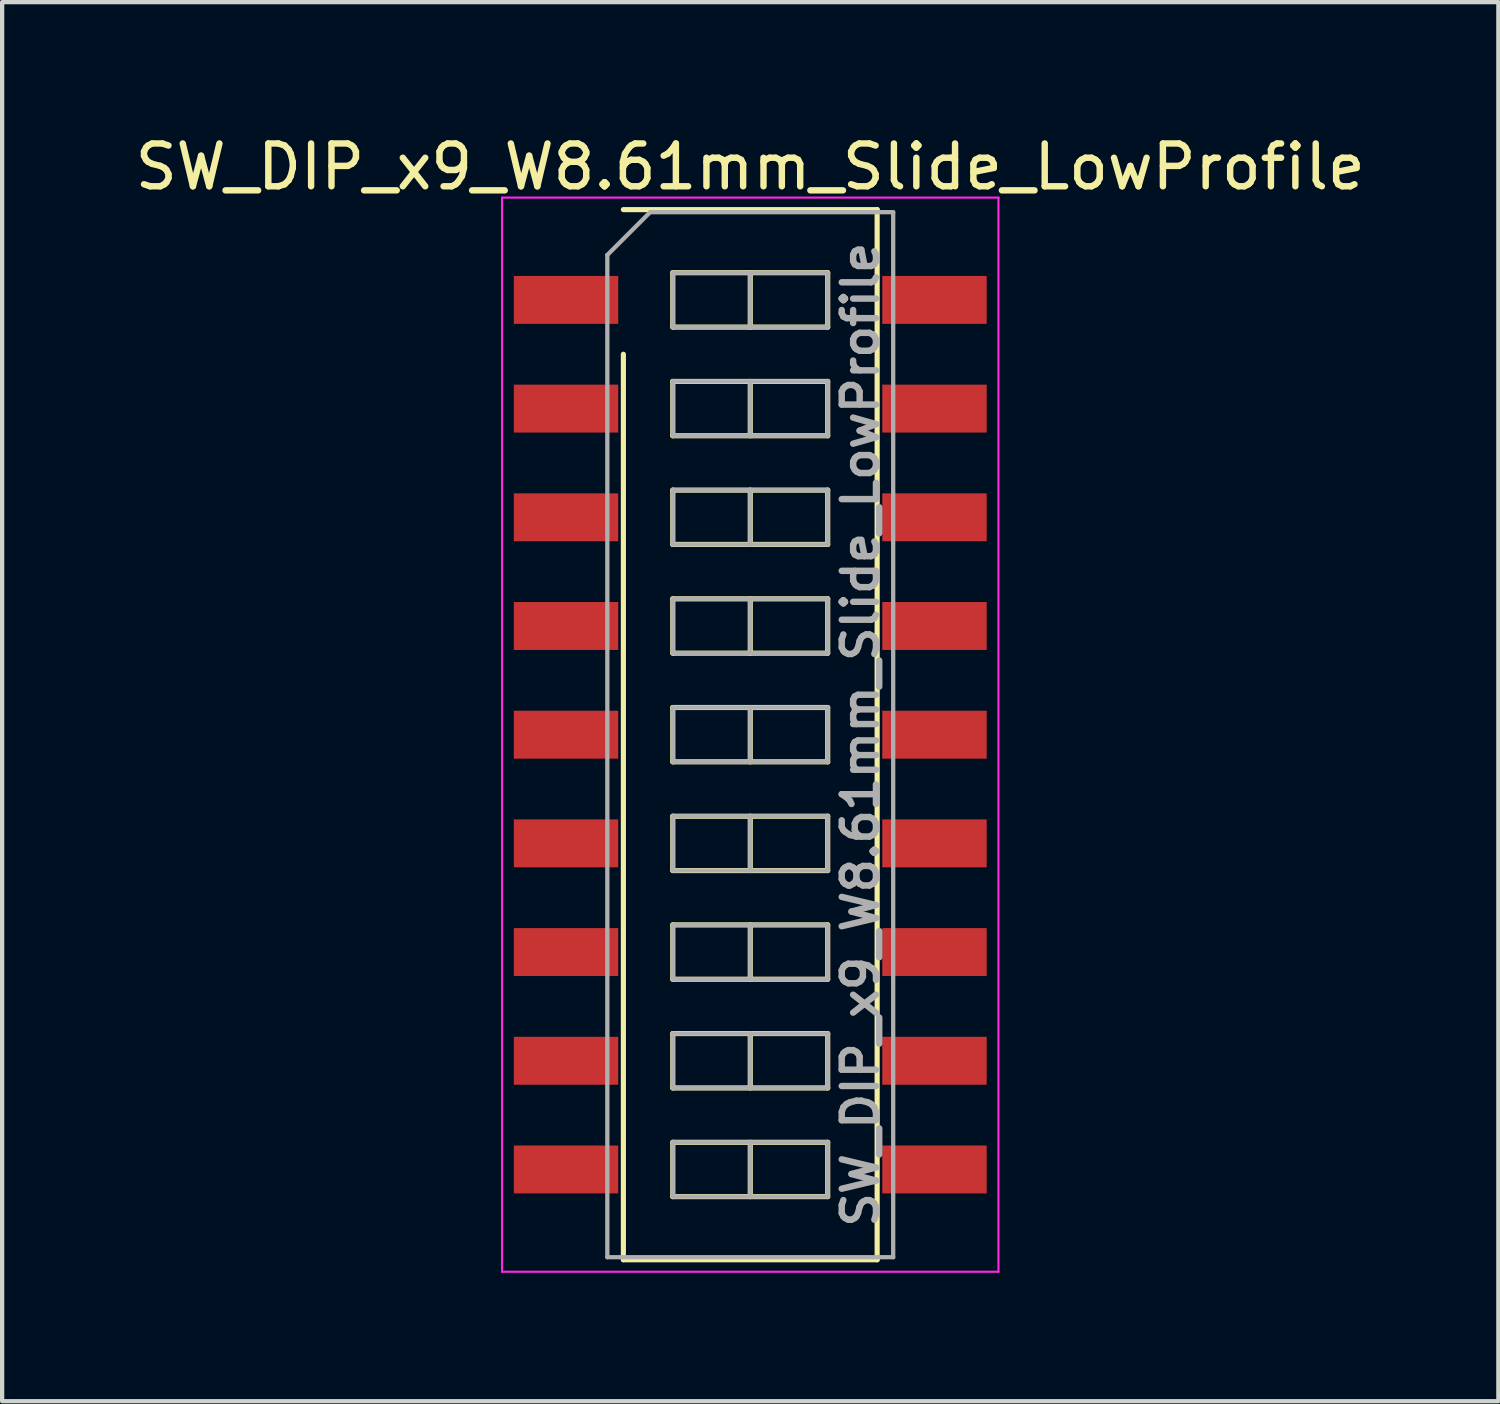
<source format=kicad_pcb>
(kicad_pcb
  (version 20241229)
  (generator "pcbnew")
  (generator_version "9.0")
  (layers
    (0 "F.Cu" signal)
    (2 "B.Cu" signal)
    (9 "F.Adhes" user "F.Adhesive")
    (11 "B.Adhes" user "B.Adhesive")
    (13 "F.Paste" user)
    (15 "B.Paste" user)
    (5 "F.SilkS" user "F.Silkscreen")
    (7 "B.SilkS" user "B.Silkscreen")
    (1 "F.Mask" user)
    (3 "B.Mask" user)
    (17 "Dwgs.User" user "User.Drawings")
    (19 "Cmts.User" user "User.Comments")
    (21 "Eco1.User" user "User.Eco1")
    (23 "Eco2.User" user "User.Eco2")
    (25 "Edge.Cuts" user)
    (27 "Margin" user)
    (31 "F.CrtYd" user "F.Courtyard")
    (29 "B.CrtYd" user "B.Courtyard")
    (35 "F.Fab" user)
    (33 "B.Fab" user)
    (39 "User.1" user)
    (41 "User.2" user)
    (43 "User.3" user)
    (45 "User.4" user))
  (footprint "SW_DIP_x9_W8.61mm_Slide_LowProfile"
    (layer "F.Cu")
    (at 14.482 14.118)
    (property "Reference" "SW_DIP_x9_W8.61mm_Slide_LowProfile" (at 0 -13.27 0) (layer "F.SilkS") (effects (font (size 1 1) (thickness 0.15))))
    (attr smd)
    (fp_line (start -2.965 -12.27) (end 2.965 -12.27) (stroke (width 0.12) (type solid)) (layer "F.SilkS"))
    (fp_line (start -2.965 12.27) (end -2.965 -8.89) (stroke (width 0.12) (type solid)) (layer "F.SilkS"))
    (fp_line (start -1.81 -10.795) (end -1.81 -9.525) (stroke (width 0.12) (type solid)) (layer "F.SilkS"))
    (fp_line (start -1.81 -9.525) (end 1.81 -9.525) (stroke (width 0.12) (type solid)) (layer "F.SilkS"))
    (fp_line (start -1.81 -8.255) (end -1.81 -6.985) (stroke (width 0.12) (type solid)) (layer "F.SilkS"))
    (fp_line (start -1.81 -6.985) (end 1.81 -6.985) (stroke (width 0.12) (type solid)) (layer "F.SilkS"))
    (fp_line (start -1.81 -5.715) (end -1.81 -4.445) (stroke (width 0.12) (type solid)) (layer "F.SilkS"))
    (fp_line (start -1.81 -4.445) (end 1.81 -4.445) (stroke (width 0.12) (type solid)) (layer "F.SilkS"))
    (fp_line (start -1.81 -3.175) (end -1.81 -1.905) (stroke (width 0.12) (type solid)) (layer "F.SilkS"))
    (fp_line (start -1.81 -1.905) (end 1.81 -1.905) (stroke (width 0.12) (type solid)) (layer "F.SilkS"))
    (fp_line (start -1.81 -0.635) (end -1.81 0.635) (stroke (width 0.12) (type solid)) (layer "F.SilkS"))
    (fp_line (start -1.81 0.635) (end 1.81 0.635) (stroke (width 0.12) (type solid)) (layer "F.SilkS"))
    (fp_line (start -1.81 1.905) (end -1.81 3.175) (stroke (width 0.12) (type solid)) (layer "F.SilkS"))
    (fp_line (start -1.81 3.175) (end 1.81 3.175) (stroke (width 0.12) (type solid)) (layer "F.SilkS"))
    (fp_line (start -1.81 4.445) (end -1.81 5.715) (stroke (width 0.12) (type solid)) (layer "F.SilkS"))
    (fp_line (start -1.81 5.715) (end 1.81 5.715) (stroke (width 0.12) (type solid)) (layer "F.SilkS"))
    (fp_line (start -1.81 6.985) (end -1.81 8.255) (stroke (width 0.12) (type solid)) (layer "F.SilkS"))
    (fp_line (start -1.81 8.255) (end 1.81 8.255) (stroke (width 0.12) (type solid)) (layer "F.SilkS"))
    (fp_line (start -1.81 9.525) (end -1.81 10.795) (stroke (width 0.12) (type solid)) (layer "F.SilkS"))
    (fp_line (start -1.81 10.795) (end 1.81 10.795) (stroke (width 0.12) (type solid)) (layer "F.SilkS"))
    (fp_line (start 0 -10.795) (end 0 -9.525) (stroke (width 0.12) (type solid)) (layer "F.SilkS"))
    (fp_line (start 0 -8.255) (end 0 -6.985) (stroke (width 0.12) (type solid)) (layer "F.SilkS"))
    (fp_line (start 0 -5.715) (end 0 -4.445) (stroke (width 0.12) (type solid)) (layer "F.SilkS"))
    (fp_line (start 0 -3.175) (end 0 -1.905) (stroke (width 0.12) (type solid)) (layer "F.SilkS"))
    (fp_line (start 0 -0.635) (end 0 0.635) (stroke (width 0.12) (type solid)) (layer "F.SilkS"))
    (fp_line (start 0 1.905) (end 0 3.175) (stroke (width 0.12) (type solid)) (layer "F.SilkS"))
    (fp_line (start 0 4.445) (end 0 5.715) (stroke (width 0.12) (type solid)) (layer "F.SilkS"))
    (fp_line (start 0 6.985) (end 0 8.255) (stroke (width 0.12) (type solid)) (layer "F.SilkS"))
    (fp_line (start 0 9.525) (end 0 10.795) (stroke (width 0.12) (type solid)) (layer "F.SilkS"))
    (fp_line (start 1.81 -10.795) (end -1.81 -10.795) (stroke (width 0.12) (type solid)) (layer "F.SilkS"))
    (fp_line (start 1.81 -9.525) (end 1.81 -10.795) (stroke (width 0.12) (type solid)) (layer "F.SilkS"))
    (fp_line (start 1.81 -8.255) (end -1.81 -8.255) (stroke (width 0.12) (type solid)) (layer "F.SilkS"))
    (fp_line (start 1.81 -6.985) (end 1.81 -8.255) (stroke (width 0.12) (type solid)) (layer "F.SilkS"))
    (fp_line (start 1.81 -5.715) (end -1.81 -5.715) (stroke (width 0.12) (type solid)) (layer "F.SilkS"))
    (fp_line (start 1.81 -4.445) (end 1.81 -5.715) (stroke (width 0.12) (type solid)) (layer "F.SilkS"))
    (fp_line (start 1.81 -3.175) (end -1.81 -3.175) (stroke (width 0.12) (type solid)) (layer "F.SilkS"))
    (fp_line (start 1.81 -1.905) (end 1.81 -3.175) (stroke (width 0.12) (type solid)) (layer "F.SilkS"))
    (fp_line (start 1.81 -0.635) (end -1.81 -0.635) (stroke (width 0.12) (type solid)) (layer "F.SilkS"))
    (fp_line (start 1.81 0.635) (end 1.81 -0.635) (stroke (width 0.12) (type solid)) (layer "F.SilkS"))
    (fp_line (start 1.81 1.905) (end -1.81 1.905) (stroke (width 0.12) (type solid)) (layer "F.SilkS"))
    (fp_line (start 1.81 3.175) (end 1.81 1.905) (stroke (width 0.12) (type solid)) (layer "F.SilkS"))
    (fp_line (start 1.81 4.445) (end -1.81 4.445) (stroke (width 0.12) (type solid)) (layer "F.SilkS"))
    (fp_line (start 1.81 5.715) (end 1.81 4.445) (stroke (width 0.12) (type solid)) (layer "F.SilkS"))
    (fp_line (start 1.81 6.985) (end -1.81 6.985) (stroke (width 0.12) (type solid)) (layer "F.SilkS"))
    (fp_line (start 1.81 8.255) (end 1.81 6.985) (stroke (width 0.12) (type solid)) (layer "F.SilkS"))
    (fp_line (start 1.81 9.525) (end -1.81 9.525) (stroke (width 0.12) (type solid)) (layer "F.SilkS"))
    (fp_line (start 1.81 10.795) (end 1.81 9.525) (stroke (width 0.12) (type solid)) (layer "F.SilkS"))
    (fp_line (start 2.965 -12.27) (end 2.965 12.27) (stroke (width 0.12) (type solid)) (layer "F.SilkS"))
    (fp_line (start 2.965 12.27) (end -2.965 12.27) (stroke (width 0.12) (type solid)) (layer "F.SilkS"))
    (fp_line (start -5.8 -12.55) (end -5.8 12.55) (stroke (width 0.05) (type solid)) (layer "F.CrtYd"))
    (fp_line (start -5.8 12.55) (end 5.8 12.55) (stroke (width 0.05) (type solid)) (layer "F.CrtYd"))
    (fp_line (start 5.8 -12.55) (end -5.8 -12.55) (stroke (width 0.05) (type solid)) (layer "F.CrtYd"))
    (fp_line (start 5.8 12.55) (end 5.8 -12.55) (stroke (width 0.05) (type solid)) (layer "F.CrtYd"))
    (fp_line (start -3.34 -11.21) (end -2.34 -12.21) (stroke (width 0.1) (type solid)) (layer "F.Fab"))
    (fp_line (start -3.34 12.21) (end -3.34 -11.21) (stroke (width 0.1) (type solid)) (layer "F.Fab"))
    (fp_line (start -2.34 -12.21) (end 3.34 -12.21) (stroke (width 0.1) (type solid)) (layer "F.Fab"))
    (fp_line (start -1.81 -10.795) (end -1.81 -9.525) (stroke (width 0.1) (type solid)) (layer "F.Fab"))
    (fp_line (start -1.81 -9.525) (end 1.81 -9.525) (stroke (width 0.1) (type solid)) (layer "F.Fab"))
    (fp_line (start -1.81 -8.255) (end -1.81 -6.985) (stroke (width 0.1) (type solid)) (layer "F.Fab"))
    (fp_line (start -1.81 -6.985) (end 1.81 -6.985) (stroke (width 0.1) (type solid)) (layer "F.Fab"))
    (fp_line (start -1.81 -5.715) (end -1.81 -4.445) (stroke (width 0.1) (type solid)) (layer "F.Fab"))
    (fp_line (start -1.81 -4.445) (end 1.81 -4.445) (stroke (width 0.1) (type solid)) (layer "F.Fab"))
    (fp_line (start -1.81 -3.175) (end -1.81 -1.905) (stroke (width 0.1) (type solid)) (layer "F.Fab"))
    (fp_line (start -1.81 -1.905) (end 1.81 -1.905) (stroke (width 0.1) (type solid)) (layer "F.Fab"))
    (fp_line (start -1.81 -0.635) (end -1.81 0.635) (stroke (width 0.1) (type solid)) (layer "F.Fab"))
    (fp_line (start -1.81 0.635) (end 1.81 0.635) (stroke (width 0.1) (type solid)) (layer "F.Fab"))
    (fp_line (start -1.81 1.905) (end -1.81 3.175) (stroke (width 0.1) (type solid)) (layer "F.Fab"))
    (fp_line (start -1.81 3.175) (end 1.81 3.175) (stroke (width 0.1) (type solid)) (layer "F.Fab"))
    (fp_line (start -1.81 4.445) (end -1.81 5.715) (stroke (width 0.1) (type solid)) (layer "F.Fab"))
    (fp_line (start -1.81 5.715) (end 1.81 5.715) (stroke (width 0.1) (type solid)) (layer "F.Fab"))
    (fp_line (start -1.81 6.985) (end -1.81 8.255) (stroke (width 0.1) (type solid)) (layer "F.Fab"))
    (fp_line (start -1.81 8.255) (end 1.81 8.255) (stroke (width 0.1) (type solid)) (layer "F.Fab"))
    (fp_line (start -1.81 9.525) (end -1.81 10.795) (stroke (width 0.1) (type solid)) (layer "F.Fab"))
    (fp_line (start -1.81 10.795) (end 1.81 10.795) (stroke (width 0.1) (type solid)) (layer "F.Fab"))
    (fp_line (start 0 -10.795) (end 0 -9.525) (stroke (width 0.1) (type solid)) (layer "F.Fab"))
    (fp_line (start 0 -8.255) (end 0 -6.985) (stroke (width 0.1) (type solid)) (layer "F.Fab"))
    (fp_line (start 0 -5.715) (end 0 -4.445) (stroke (width 0.1) (type solid)) (layer "F.Fab"))
    (fp_line (start 0 -3.175) (end 0 -1.905) (stroke (width 0.1) (type solid)) (layer "F.Fab"))
    (fp_line (start 0 -0.635) (end 0 0.635) (stroke (width 0.1) (type solid)) (layer "F.Fab"))
    (fp_line (start 0 1.905) (end 0 3.175) (stroke (width 0.1) (type solid)) (layer "F.Fab"))
    (fp_line (start 0 4.445) (end 0 5.715) (stroke (width 0.1) (type solid)) (layer "F.Fab"))
    (fp_line (start 0 6.985) (end 0 8.255) (stroke (width 0.1) (type solid)) (layer "F.Fab"))
    (fp_line (start 0 9.525) (end 0 10.795) (stroke (width 0.1) (type solid)) (layer "F.Fab"))
    (fp_line (start 1.81 -10.795) (end -1.81 -10.795) (stroke (width 0.1) (type solid)) (layer "F.Fab"))
    (fp_line (start 1.81 -9.525) (end 1.81 -10.795) (stroke (width 0.1) (type solid)) (layer "F.Fab"))
    (fp_line (start 1.81 -8.255) (end -1.81 -8.255) (stroke (width 0.1) (type solid)) (layer "F.Fab"))
    (fp_line (start 1.81 -6.985) (end 1.81 -8.255) (stroke (width 0.1) (type solid)) (layer "F.Fab"))
    (fp_line (start 1.81 -5.715) (end -1.81 -5.715) (stroke (width 0.1) (type solid)) (layer "F.Fab"))
    (fp_line (start 1.81 -4.445) (end 1.81 -5.715) (stroke (width 0.1) (type solid)) (layer "F.Fab"))
    (fp_line (start 1.81 -3.175) (end -1.81 -3.175) (stroke (width 0.1) (type solid)) (layer "F.Fab"))
    (fp_line (start 1.81 -1.905) (end 1.81 -3.175) (stroke (width 0.1) (type solid)) (layer "F.Fab"))
    (fp_line (start 1.81 -0.635) (end -1.81 -0.635) (stroke (width 0.1) (type solid)) (layer "F.Fab"))
    (fp_line (start 1.81 0.635) (end 1.81 -0.635) (stroke (width 0.1) (type solid)) (layer "F.Fab"))
    (fp_line (start 1.81 1.905) (end -1.81 1.905) (stroke (width 0.1) (type solid)) (layer "F.Fab"))
    (fp_line (start 1.81 3.175) (end 1.81 1.905) (stroke (width 0.1) (type solid)) (layer "F.Fab"))
    (fp_line (start 1.81 4.445) (end -1.81 4.445) (stroke (width 0.1) (type solid)) (layer "F.Fab"))
    (fp_line (start 1.81 5.715) (end 1.81 4.445) (stroke (width 0.1) (type solid)) (layer "F.Fab"))
    (fp_line (start 1.81 6.985) (end -1.81 6.985) (stroke (width 0.1) (type solid)) (layer "F.Fab"))
    (fp_line (start 1.81 8.255) (end 1.81 6.985) (stroke (width 0.1) (type solid)) (layer "F.Fab"))
    (fp_line (start 1.81 9.525) (end -1.81 9.525) (stroke (width 0.1) (type solid)) (layer "F.Fab"))
    (fp_line (start 1.81 10.795) (end 1.81 9.525) (stroke (width 0.1) (type solid)) (layer "F.Fab"))
    (fp_line (start 3.34 -12.21) (end 3.34 12.21) (stroke (width 0.1) (type solid)) (layer "F.Fab"))
    (fp_line (start 3.34 12.21) (end -3.34 12.21) (stroke (width 0.1) (type solid)) (layer "F.Fab"))
    (fp_text user "${REFERENCE}" (at 2.575 0 90) (layer "F.Fab") (effects (font (size 0.8 0.8) (thickness 0.15))))
    (pad "1" smd rect (at -4.305 -10.16) (size 2.44 1.12) (layers "F.Cu" "F.Mask" "F.Paste"))
    (pad "2" smd rect (at -4.305 -7.62) (size 2.44 1.12) (layers "F.Cu" "F.Mask" "F.Paste"))
    (pad "3" smd rect (at -4.305 -5.08) (size 2.44 1.12) (layers "F.Cu" "F.Mask" "F.Paste"))
    (pad "4" smd rect (at -4.305 -2.54) (size 2.44 1.12) (layers "F.Cu" "F.Mask" "F.Paste"))
    (pad "5" smd rect (at -4.305 0) (size 2.44 1.12) (layers "F.Cu" "F.Mask" "F.Paste"))
    (pad "6" smd rect (at -4.305 2.54) (size 2.44 1.12) (layers "F.Cu" "F.Mask" "F.Paste"))
    (pad "7" smd rect (at -4.305 5.08) (size 2.44 1.12) (layers "F.Cu" "F.Mask" "F.Paste"))
    (pad "8" smd rect (at -4.305 7.62) (size 2.44 1.12) (layers "F.Cu" "F.Mask" "F.Paste"))
    (pad "9" smd rect (at -4.305 10.16) (size 2.44 1.12) (layers "F.Cu" "F.Mask" "F.Paste"))
    (pad "10" smd rect (at 4.305 10.16) (size 2.44 1.12) (layers "F.Cu" "F.Mask" "F.Paste"))
    (pad "11" smd rect (at 4.305 7.62) (size 2.44 1.12) (layers "F.Cu" "F.Mask" "F.Paste"))
    (pad "12" smd rect (at 4.305 5.08) (size 2.44 1.12) (layers "F.Cu" "F.Mask" "F.Paste"))
    (pad "13" smd rect (at 4.305 2.54) (size 2.44 1.12) (layers "F.Cu" "F.Mask" "F.Paste"))
    (pad "14" smd rect (at 4.305 0) (size 2.44 1.12) (layers "F.Cu" "F.Mask" "F.Paste"))
    (pad "15" smd rect (at 4.305 -2.54) (size 2.44 1.12) (layers "F.Cu" "F.Mask" "F.Paste"))
    (pad "16" smd rect (at 4.305 -5.08) (size 2.44 1.12) (layers "F.Cu" "F.Mask" "F.Paste"))
    (pad "17" smd rect (at 4.305 -7.62) (size 2.44 1.12) (layers "F.Cu" "F.Mask" "F.Paste"))
    (pad "18" smd rect (at 4.305 -10.16) (size 2.44 1.12) (layers "F.Cu" "F.Mask" "F.Paste")))
  (gr_rect
    (start -3 -3)
    (end 31.964 29.693)
    (stroke (width 0.1) (type default))
    (fill no)
    (layer "Edge.Cuts")))
</source>
